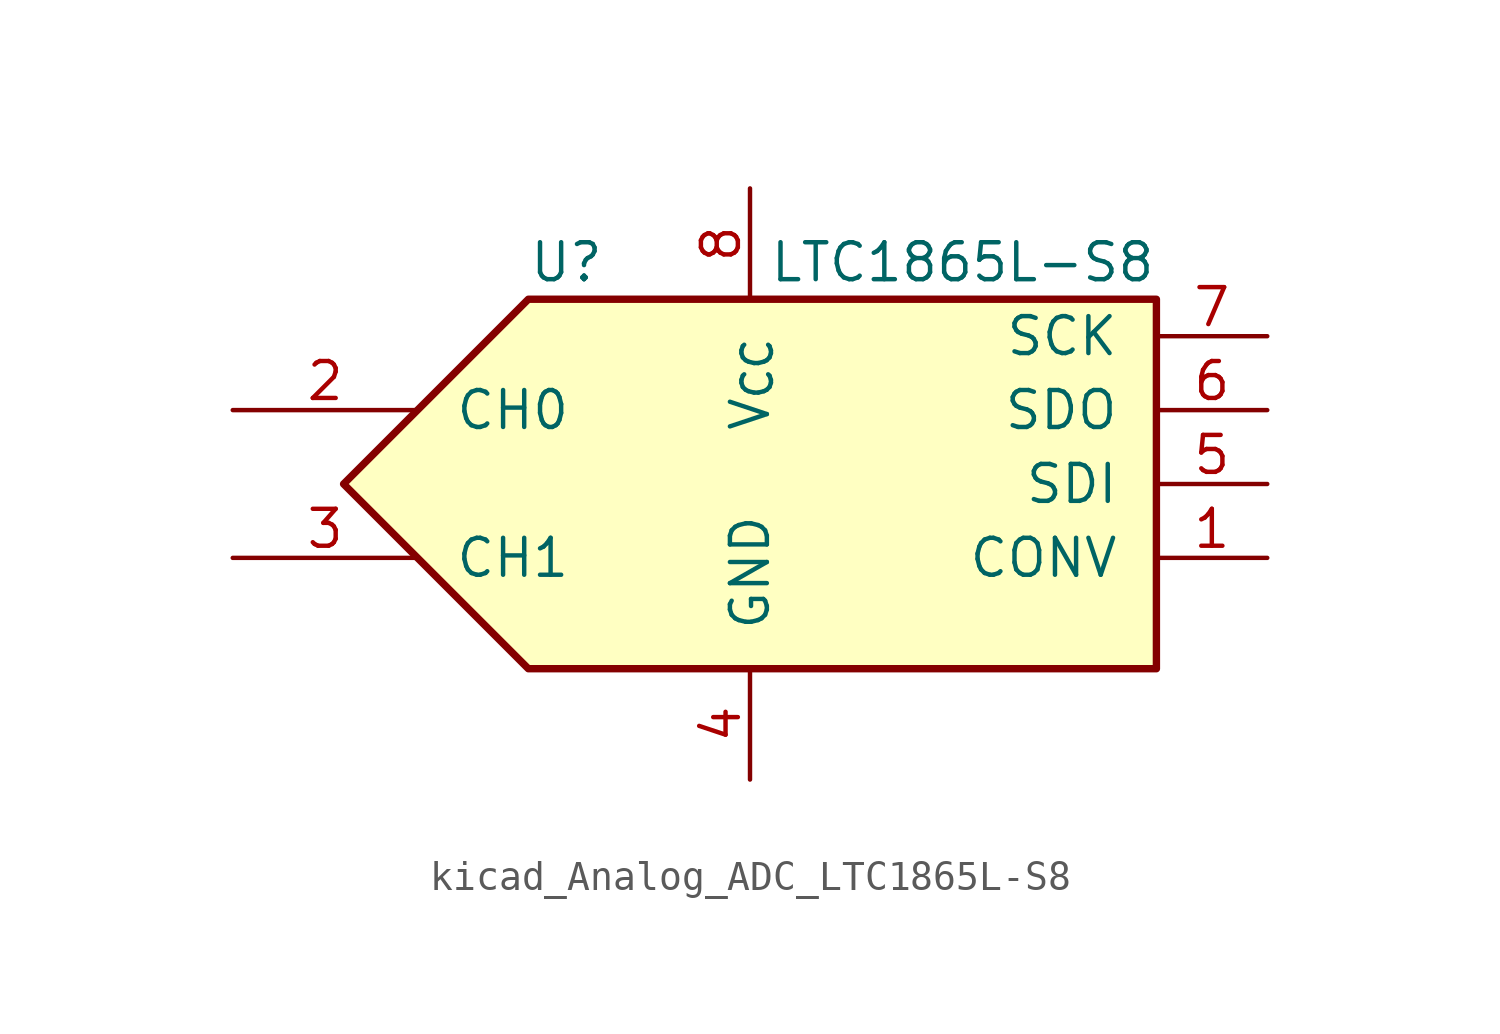
<source format=kicad_sym>
(kicad_symbol_lib
  (version 20220914)
  (generator kicad_symbol_editor)
  (symbol "kicad_Analog_ADC_LTC1865L-S8"
    (pin_names
      (offset 1.27))
    (property "Reference" "U"
      (at -10.16 7.62 0)
      (effects (font (size 1.27 1.27)) (justify left)))
    (property "Value" "LTC1865L-S8"
      (at 11.43 7.62 0)
      (effects (font (size 1.27 1.27)) (justify right)))
    (symbol "kicad_Analog_ADC_LTC1865L-S8_0_1"
      (polyline (pts (xy 11.43 6.35) (xy -10.16 6.35) (xy -16.51 0) (xy -10.16 -6.35) (xy 11.43 -6.35) (xy 11.43 6.35)) (stroke (width 0.254) (type default)) (fill (type background))))
    (symbol "kicad_Analog_ADC_LTC1865L-S8_1_1"
      (pin input line (at 15.24 -2.54 180) (length 3.81) (name "CONV" (effects (font (size 1.27 1.27)))) (number "1" (effects (font (size 1.27 1.27)))))
      (pin input line (at -20.32 2.54 0) (length 6.35) (name "CH0" (effects (font (size 1.27 1.27)))) (number "2" (effects (font (size 1.27 1.27)))))
      (pin input line (at -20.32 -2.54 0) (length 6.35) (name "CH1" (effects (font (size 1.27 1.27)))) (number "3" (effects (font (size 1.27 1.27)))))
      (pin power_in line (at -2.54 -10.16 90) (length 3.81) (name "GND" (effects (font (size 1.27 1.27)))) (number "4" (effects (font (size 1.27 1.27)))))
      (pin input line (at 15.24 0 180) (length 3.81) (name "SDI" (effects (font (size 1.27 1.27)))) (number "5" (effects (font (size 1.27 1.27)))))
      (pin output line (at 15.24 2.54 180) (length 3.81) (name "SDO" (effects (font (size 1.27 1.27)))) (number "6" (effects (font (size 1.27 1.27)))))
      (pin input line (at 15.24 5.08 180) (length 3.81) (name "SCK" (effects (font (size 1.27 1.27)))) (number "7" (effects (font (size 1.27 1.27)))))
      (pin power_in line (at -2.54 10.16 270) (length 3.81) (name "V_{CC}" (effects (font (size 1.27 1.27)))) (number "8" (effects (font (size 1.27 1.27))))))))
</source>
